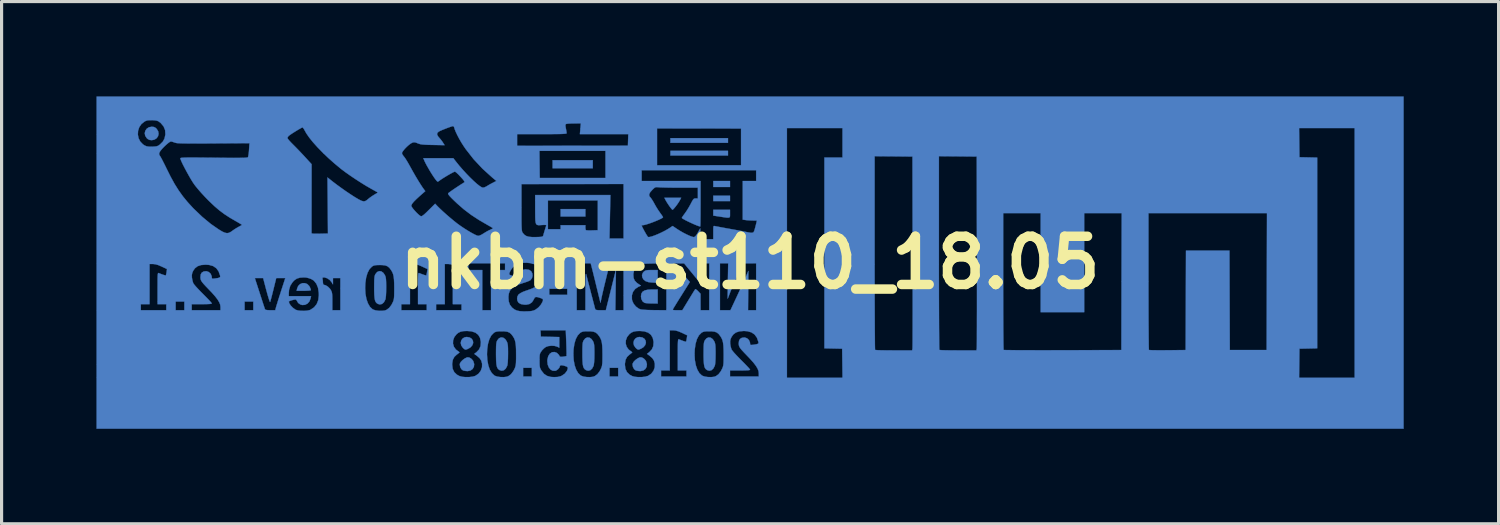
<source format=kicad_pcb>
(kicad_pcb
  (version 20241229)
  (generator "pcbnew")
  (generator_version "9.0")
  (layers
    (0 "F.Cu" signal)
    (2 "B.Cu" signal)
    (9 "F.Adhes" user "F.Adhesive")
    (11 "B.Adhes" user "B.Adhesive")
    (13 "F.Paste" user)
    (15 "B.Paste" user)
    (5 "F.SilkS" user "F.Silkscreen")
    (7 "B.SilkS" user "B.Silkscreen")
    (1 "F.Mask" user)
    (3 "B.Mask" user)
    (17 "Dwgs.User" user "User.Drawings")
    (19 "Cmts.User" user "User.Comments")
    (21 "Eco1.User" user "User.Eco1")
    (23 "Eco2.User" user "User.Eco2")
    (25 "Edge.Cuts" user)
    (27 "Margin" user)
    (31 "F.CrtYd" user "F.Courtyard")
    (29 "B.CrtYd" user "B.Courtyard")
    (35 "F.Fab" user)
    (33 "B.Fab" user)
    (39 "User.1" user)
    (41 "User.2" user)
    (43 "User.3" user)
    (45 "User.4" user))
  (footprint "nkbm-st110_18.05"
    (layer "F.Cu")
    (at 20.664 5.254)
    (property "Reference" "nkbm-st110_18.05" (at 0 0 0) (layer "F.SilkS") (effects (font (size 1.524 1.524) (thickness 0.3))))
    (attr through_hole)
    (fp_poly (pts (xy -5.207 -1.46) (xy -5.99 -1.46) (xy -5.99 -1.693) (xy -5.207 -1.693) (xy -5.207 -1.46)) (stroke (width 0.01) (type solid)) (fill yes) (layer "B.Cu"))
    (fp_poly (pts (xy -4.974 -2.985) (xy -6.244 -2.985) (xy -6.244 -3.239) (xy -4.974 -3.239) (xy -4.974 -2.985)) (stroke (width 0.01) (type solid)) (fill yes) (layer "B.Cu"))
    (fp_poly (pts (xy -0.699 -3.789) (xy -2.519 -3.789) (xy -2.519 -3.937) (xy -0.699 -3.937) (xy -0.699 -3.789)) (stroke (width 0.01) (type solid)) (fill yes) (layer "B.Cu"))
    (fp_poly (pts (xy -0.699 -3.387) (xy -2.519 -3.387) (xy -2.519 -3.535) (xy -0.699 -3.535) (xy -0.699 -3.387)) (stroke (width 0.01) (type solid)) (fill yes) (layer "B.Cu"))
    (fp_poly (pts (xy -0.635 -2.392) (xy -1.164 -2.392) (xy -1.164 -2.582) (xy -0.635 -2.582) (xy -0.635 -2.392)) (stroke (width 0.01) (type solid)) (fill yes) (layer "B.Cu"))
    (fp_poly (pts (xy -0.635 -1.947) (xy -1.164 -1.947) (xy -1.164 -2.117) (xy -0.635 -2.117) (xy -0.635 -1.947)) (stroke (width 0.01) (type solid)) (fill yes) (layer "B.Cu"))
    (fp_poly (pts (xy -0.635 -1.545) (xy -0.635 -1.492) (xy -0.638 -1.455) (xy -0.652 -1.432) (xy -0.681 -1.422) (xy -0.733 -1.423) (xy -0.812 -1.434) (xy -0.927 -1.451) (xy -0.958 -1.456) (xy -1.164 -1.488) (xy -1.164 -1.672) (xy -0.635 -1.672) (xy -0.635 -1.545)) (stroke (width 0.01) (type solid)) (fill yes) (layer "B.Cu"))
    (fp_poly (pts (xy -14.001 0.675) (xy -13.939 0.736) (xy -13.921 0.768) (xy -13.898 0.822) (xy -13.886 0.861) (xy -13.885 0.866) (xy -13.906 0.878) (xy -13.969 0.885) (xy -14.073 0.889) (xy -14.11 0.889) (xy -14.335 0.889) (xy -14.322 0.821) (xy -14.287 0.737) (xy -14.228 0.679) (xy -14.155 0.648) (xy -14.076 0.647) (xy -14.001 0.675)) (stroke (width 0.01) (type solid)) (fill yes) (layer "B.Cu"))
    (fp_poly (pts (xy -2.921 1.291) (xy -3.106 1.29) (xy -3.196 1.287) (xy -3.274 1.281) (xy -3.327 1.273) (xy -3.337 1.27) (xy -3.4 1.223) (xy -3.439 1.146) (xy -3.45 1.064) (xy -3.438 0.981) (xy -3.4 0.919) (xy -3.332 0.878) (xy -3.23 0.854) (xy -3.093 0.847) (xy -3.089 0.847) (xy -2.921 0.847) (xy -2.921 1.291)) (stroke (width 0.01) (type solid)) (fill yes) (layer "B.Cu"))
    (fp_poly (pts (xy -2.221 -1.972) (xy -2.254 -1.916) (xy -2.299 -1.849) (xy -2.348 -1.783) (xy -2.396 -1.725) (xy -2.433 -1.685) (xy -2.453 -1.672) (xy -2.473 -1.688) (xy -2.509 -1.731) (xy -2.553 -1.79) (xy -2.555 -1.794) (xy -2.605 -1.867) (xy -2.649 -1.938) (xy -2.675 -1.984) (xy -2.71 -2.053) (xy -2.179 -2.053) (xy -2.221 -1.972)) (stroke (width 0.01) (type solid)) (fill yes) (layer "B.Cu"))
    (fp_poly (pts (xy -8.865 2.365) (xy -8.8 2.407) (xy -8.763 2.467) (xy -8.755 2.537) (xy -8.779 2.608) (xy -8.835 2.674) (xy -8.89 2.709) (xy -8.955 2.74) (xy -8.999 2.748) (xy -9.037 2.731) (xy -9.082 2.69) (xy -9.132 2.616) (xy -9.148 2.537) (xy -9.133 2.461) (xy -9.089 2.399) (xy -9.022 2.359) (xy -8.957 2.349) (xy -8.865 2.365)) (stroke (width 0.01) (type solid)) (fill yes) (layer "B.Cu"))
    (fp_poly (pts (xy -3.404 2.365) (xy -3.339 2.407) (xy -3.302 2.467) (xy -3.294 2.537) (xy -3.318 2.608) (xy -3.374 2.674) (xy -3.429 2.709) (xy -3.494 2.74) (xy -3.538 2.748) (xy -3.576 2.731) (xy -3.621 2.69) (xy -3.671 2.616) (xy -3.687 2.537) (xy -3.672 2.461) (xy -3.628 2.399) (xy -3.561 2.359) (xy -3.496 2.349) (xy -3.404 2.365)) (stroke (width 0.01) (type solid)) (fill yes) (layer "B.Cu"))
    (fp_poly (pts (xy -2.921 0.635) (xy -3.022 0.632) (xy -3.107 0.627) (xy -3.194 0.618) (xy -3.213 0.615) (xy -3.303 0.585) (xy -3.369 0.533) (xy -3.408 0.466) (xy -3.417 0.393) (xy -3.392 0.323) (xy -3.356 0.281) (xy -3.323 0.257) (xy -3.286 0.243) (xy -3.233 0.236) (xy -3.153 0.233) (xy -3.11 0.233) (xy -2.921 0.233) (xy -2.921 0.635)) (stroke (width 0.01) (type solid)) (fill yes) (layer "B.Cu"))
    (fp_poly (pts (xy -18.848 -4.29) (xy -18.797 -4.264) (xy -18.763 -4.232) (xy -18.714 -4.155) (xy -18.7 -4.073) (xy -18.719 -3.995) (xy -18.767 -3.93) (xy -18.84 -3.886) (xy -18.918 -3.873) (xy -18.989 -3.881) (xy -19.043 -3.909) (xy -19.073 -3.935) (xy -19.123 -4.011) (xy -19.138 -4.092) (xy -19.12 -4.17) (xy -19.074 -4.236) (xy -19.004 -4.281) (xy -18.918 -4.297) (xy -18.848 -4.29)) (stroke (width 0.01) (type solid)) (fill yes) (layer "B.Cu"))
    (fp_poly (pts (xy -8.882 2.997) (xy -8.819 3.033) (xy -8.765 3.091) (xy -8.751 3.114) (xy -8.723 3.206) (xy -8.732 3.291) (xy -8.772 3.361) (xy -8.84 3.41) (xy -8.931 3.428) (xy -8.936 3.428) (xy -9.005 3.422) (xy -9.063 3.411) (xy -9.074 3.408) (xy -9.127 3.366) (xy -9.164 3.3) (xy -9.178 3.226) (xy -9.175 3.193) (xy -9.147 3.14) (xy -9.093 3.083) (xy -9.024 3.031) (xy -8.955 2.997) (xy -8.941 2.993) (xy -8.882 2.997)) (stroke (width 0.01) (type solid)) (fill yes) (layer "B.Cu"))
    (fp_poly (pts (xy -3.421 2.997) (xy -3.358 3.033) (xy -3.304 3.091) (xy -3.29 3.114) (xy -3.262 3.206) (xy -3.271 3.291) (xy -3.311 3.361) (xy -3.379 3.41) (xy -3.47 3.428) (xy -3.475 3.428) (xy -3.544 3.422) (xy -3.602 3.411) (xy -3.613 3.408) (xy -3.666 3.366) (xy -3.703 3.3) (xy -3.717 3.226) (xy -3.714 3.193) (xy -3.686 3.14) (xy -3.632 3.083) (xy -3.563 3.031) (xy -3.494 2.997) (xy -3.48 2.993) (xy -3.421 2.997)) (stroke (width 0.01) (type solid)) (fill yes) (layer "B.Cu"))
    (fp_poly (pts (xy -11.66 0.275) (xy -11.596 0.32) (xy -11.547 0.392) (xy -11.53 0.431) (xy -11.518 0.476) (xy -11.511 0.535) (xy -11.507 0.615) (xy -11.505 0.726) (xy -11.505 0.783) (xy -11.507 0.93) (xy -11.513 1.049) (xy -11.523 1.133) (xy -11.532 1.167) (xy -11.577 1.253) (xy -11.636 1.305) (xy -11.706 1.321) (xy -11.771 1.302) (xy -11.81 1.275) (xy -11.839 1.238) (xy -11.86 1.184) (xy -11.873 1.11) (xy -11.881 1.007) (xy -11.885 0.871) (xy -11.885 0.783) (xy -11.884 0.648) (xy -11.882 0.549) (xy -11.877 0.477) (xy -11.87 0.426) (xy -11.858 0.388) (xy -11.847 0.364) (xy -11.792 0.297) (xy -11.727 0.267) (xy -11.66 0.275)) (stroke (width 0.01) (type solid)) (fill yes) (layer "B.Cu"))
    (fp_poly (pts (xy -7.807 2.371) (xy -7.743 2.416) (xy -7.695 2.487) (xy -7.678 2.527) (xy -7.666 2.572) (xy -7.658 2.63) (xy -7.654 2.711) (xy -7.653 2.821) (xy -7.653 2.879) (xy -7.655 3.026) (xy -7.661 3.144) (xy -7.671 3.229) (xy -7.679 3.262) (xy -7.724 3.348) (xy -7.784 3.401) (xy -7.853 3.416) (xy -7.919 3.397) (xy -7.957 3.37) (xy -7.987 3.333) (xy -8.007 3.28) (xy -8.021 3.205) (xy -8.029 3.103) (xy -8.032 2.967) (xy -8.033 2.879) (xy -8.032 2.744) (xy -8.03 2.644) (xy -8.025 2.572) (xy -8.017 2.521) (xy -8.006 2.483) (xy -7.995 2.46) (xy -7.94 2.392) (xy -7.875 2.363) (xy -7.807 2.371)) (stroke (width 0.01) (type solid)) (fill yes) (layer "B.Cu"))
    (fp_poly (pts (xy -5.077 2.371) (xy -5.013 2.416) (xy -4.964 2.487) (xy -4.947 2.527) (xy -4.935 2.572) (xy -4.928 2.63) (xy -4.924 2.711) (xy -4.922 2.821) (xy -4.922 2.879) (xy -4.924 3.026) (xy -4.931 3.144) (xy -4.941 3.229) (xy -4.949 3.262) (xy -4.994 3.348) (xy -5.054 3.401) (xy -5.123 3.416) (xy -5.188 3.397) (xy -5.227 3.37) (xy -5.256 3.333) (xy -5.277 3.28) (xy -5.291 3.205) (xy -5.298 3.103) (xy -5.302 2.967) (xy -5.302 2.879) (xy -5.302 2.744) (xy -5.299 2.644) (xy -5.295 2.572) (xy -5.287 2.521) (xy -5.275 2.483) (xy -5.264 2.46) (xy -5.209 2.392) (xy -5.145 2.363) (xy -5.077 2.371)) (stroke (width 0.01) (type solid)) (fill yes) (layer "B.Cu"))
    (fp_poly (pts (xy -1.246 2.371) (xy -1.182 2.416) (xy -1.133 2.487) (xy -1.116 2.527) (xy -1.104 2.572) (xy -1.097 2.63) (xy -1.093 2.711) (xy -1.091 2.821) (xy -1.091 2.879) (xy -1.093 3.026) (xy -1.099 3.144) (xy -1.109 3.229) (xy -1.118 3.262) (xy -1.163 3.348) (xy -1.222 3.401) (xy -1.292 3.416) (xy -1.357 3.397) (xy -1.396 3.37) (xy -1.425 3.333) (xy -1.446 3.28) (xy -1.459 3.205) (xy -1.467 3.103) (xy -1.471 2.967) (xy -1.471 2.879) (xy -1.47 2.744) (xy -1.468 2.644) (xy -1.463 2.572) (xy -1.456 2.521) (xy -1.444 2.483) (xy -1.433 2.46) (xy -1.378 2.392) (xy -1.313 2.363) (xy -1.246 2.371)) (stroke (width 0.01) (type solid)) (fill yes) (layer "B.Cu"))
    (fp_poly (pts (xy 20.659 5.249) (xy -20.659 5.249) (xy -20.659 3.228) (xy -9.419 3.228) (xy -9.403 3.357) (xy -9.353 3.461) (xy -9.268 3.542) (xy -9.186 3.586) (xy -9.104 3.608) (xy -8.998 3.618) (xy -8.883 3.617) (xy -8.775 3.604) (xy -8.691 3.581) (xy -8.687 3.579) (xy -8.587 3.512) (xy -8.515 3.418) (xy -8.475 3.306) (xy -8.473 3.193) (xy -8.499 3.098) (xy -8.552 3.018) (xy -8.637 2.944) (xy -8.698 2.9) (xy -8.318 2.9) (xy -8.307 3.081) (xy -8.277 3.244) (xy -8.23 3.382) (xy -8.166 3.49) (xy -8.089 3.564) (xy -8.069 3.576) (xy -7.993 3.602) (xy -7.896 3.616) (xy -7.793 3.619) (xy -7.701 3.608) (xy -7.645 3.59) (xy -7.559 3.527) (xy -7.487 3.432) (xy -7.446 3.355) (xy -7.433 3.323) (xy -7.176 3.323) (xy -7.176 3.598) (xy -6.9 3.598) (xy -6.9 3.323) (xy -7.176 3.323) (xy -7.433 3.323) (xy -7.428 3.311) (xy -7.415 3.268) (xy -7.406 3.217) (xy -7.401 3.151) (xy -7.4 3.099) (xy -6.657 3.099) (xy -6.656 3.199) (xy -6.652 3.269) (xy -6.643 3.32) (xy -6.625 3.363) (xy -6.598 3.412) (xy -6.593 3.418) (xy -6.516 3.515) (xy -6.421 3.579) (xy -6.303 3.612) (xy -6.195 3.619) (xy -6.081 3.613) (xy -5.992 3.591) (xy -5.955 3.575) (xy -5.855 3.507) (xy -5.788 3.417) (xy -5.767 3.359) (xy -5.763 3.317) (xy -5.786 3.292) (xy -5.813 3.279) (xy -5.898 3.252) (xy -5.963 3.242) (xy -6.003 3.249) (xy -6.011 3.265) (xy -6.029 3.316) (xy -6.072 3.368) (xy -6.128 3.407) (xy -6.158 3.418) (xy -6.239 3.417) (xy -6.309 3.38) (xy -6.364 3.312) (xy -6.399 3.221) (xy -6.411 3.111) (xy -6.409 3.068) (xy -6.383 2.959) (xy -6.333 2.879) (xy -6.261 2.831) (xy -6.258 2.83) (xy -6.18 2.825) (xy -6.106 2.854) (xy -6.048 2.912) (xy -6.041 2.925) (xy -6.019 2.962) (xy -5.993 2.978) (xy -5.948 2.977) (xy -5.91 2.972) (xy -5.85 2.963) (xy -5.811 2.954) (xy -5.803 2.952) (xy -5.802 2.93) (xy -5.802 2.9) (xy -5.587 2.9) (xy -5.577 3.081) (xy -5.547 3.244) (xy -5.499 3.382) (xy -5.436 3.49) (xy -5.359 3.564) (xy -5.338 3.576) (xy -5.263 3.602) (xy -5.165 3.616) (xy -5.062 3.619) (xy -4.971 3.608) (xy -4.915 3.59) (xy -4.829 3.527) (xy -4.756 3.432) (xy -4.716 3.355) (xy -4.703 3.323) (xy -4.445 3.323) (xy -4.445 3.598) (xy -4.17 3.598) (xy -4.17 3.323) (xy -4.445 3.323) (xy -4.703 3.323) (xy -4.697 3.311) (xy -4.684 3.268) (xy -4.677 3.228) (xy -3.958 3.228) (xy -3.942 3.357) (xy -3.892 3.461) (xy -3.807 3.542) (xy -3.725 3.586) (xy -3.643 3.608) (xy -3.537 3.618) (xy -3.422 3.617) (xy -3.314 3.604) (xy -3.23 3.581) (xy -3.226 3.579) (xy -3.126 3.512) (xy -3.054 3.418) (xy -3.05 3.408) (xy -2.815 3.408) (xy -2.815 3.598) (xy -2.011 3.598) (xy -2.011 3.408) (xy -2.286 3.408) (xy -2.286 2.908) (xy -2.286 2.9) (xy -1.756 2.9) (xy -1.746 3.081) (xy -1.716 3.244) (xy -1.668 3.382) (xy -1.605 3.49) (xy -1.527 3.564) (xy -1.507 3.576) (xy -1.431 3.602) (xy -1.334 3.616) (xy -1.231 3.619) (xy -1.139 3.608) (xy -1.084 3.59) (xy -0.998 3.527) (xy -0.925 3.432) (xy -0.913 3.408) (xy -0.635 3.408) (xy -0.635 3.598) (xy 0.275 3.598) (xy 0.275 3.496) (xy 0.266 3.426) (xy 0.237 3.35) (xy 0.185 3.263) (xy 0.108 3.162) (xy 0.002 3.043) (xy -0.094 2.942) (xy -0.19 2.842) (xy -0.26 2.766) (xy -0.308 2.708) (xy -0.338 2.661) (xy -0.353 2.619) (xy -0.359 2.577) (xy -0.36 2.555) (xy -0.35 2.468) (xy -0.318 2.411) (xy -0.258 2.375) (xy -0.254 2.374) (xy -0.171 2.365) (xy -0.096 2.391) (xy -0.037 2.446) (xy -0.004 2.523) (xy 0 2.563) (xy 0.003 2.59) (xy 0.02 2.601) (xy 0.062 2.6) (xy 0.106 2.595) (xy 0.191 2.582) (xy 0.24 2.568) (xy 0.263 2.549) (xy 0.265 2.52) (xy 0.261 2.501) (xy 0.214 2.369) (xy 0.141 2.27) (xy 0.042 2.203) (xy -0.086 2.167) (xy -0.197 2.159) (xy -0.338 2.171) (xy -0.449 2.208) (xy -0.533 2.272) (xy -0.588 2.351) (xy -0.619 2.42) (xy -0.631 2.486) (xy -0.629 2.563) (xy -0.616 2.644) (xy -0.595 2.72) (xy -0.582 2.752) (xy -0.555 2.789) (xy -0.504 2.85) (xy -0.433 2.927) (xy -0.349 3.014) (xy -0.273 3.091) (xy -0.186 3.178) (xy -0.11 3.257) (xy -0.05 3.32) (xy -0.012 3.365) (xy 0 3.384) (xy -0.017 3.394) (xy -0.068 3.402) (xy -0.156 3.406) (xy -0.284 3.408) (xy -0.318 3.408) (xy -0.635 3.408) (xy -0.913 3.408) (xy -0.885 3.355) (xy -0.866 3.311) (xy -0.853 3.268) (xy -0.844 3.217) (xy -0.839 3.151) (xy -0.837 3.06) (xy -0.836 2.936) (xy -0.836 2.91) (xy -0.838 2.752) (xy -0.844 2.628) (xy -0.855 2.532) (xy -0.873 2.455) (xy -0.9 2.39) (xy -0.935 2.33) (xy -0.937 2.328) (xy -0.992 2.256) (xy -1.05 2.209) (xy -1.12 2.182) (xy -1.213 2.171) (xy -1.287 2.17) (xy -1.382 2.171) (xy -1.446 2.177) (xy -1.492 2.191) (xy -1.532 2.213) (xy -1.54 2.219) (xy -1.619 2.3) (xy -1.681 2.417) (xy -1.725 2.567) (xy -1.75 2.745) (xy -1.756 2.9) (xy -2.286 2.9) (xy -2.286 2.75) (xy -2.285 2.63) (xy -2.283 2.542) (xy -2.28 2.482) (xy -2.275 2.445) (xy -2.269 2.427) (xy -2.259 2.422) (xy -2.249 2.424) (xy -2.164 2.458) (xy -2.092 2.484) (xy -2.043 2.497) (xy -2.025 2.497) (xy -2.016 2.472) (xy -2.006 2.42) (xy -2.001 2.392) (xy -1.988 2.297) (xy -2.157 2.217) (xy -2.265 2.171) (xy -2.35 2.146) (xy -2.428 2.138) (xy -2.433 2.138) (xy -2.54 2.138) (xy -2.54 3.408) (xy -2.815 3.408) (xy -3.05 3.408) (xy -3.014 3.306) (xy -3.012 3.193) (xy -3.038 3.098) (xy -3.091 3.018) (xy -3.176 2.944) (xy -3.259 2.883) (xy -3.188 2.829) (xy -3.107 2.744) (xy -3.061 2.639) (xy -3.051 2.511) (xy -3.052 2.499) (xy -3.078 2.375) (xy -3.136 2.279) (xy -3.225 2.211) (xy -3.347 2.171) (xy -3.487 2.159) (xy -3.604 2.164) (xy -3.692 2.182) (xy -3.763 2.217) (xy -3.818 2.261) (xy -3.89 2.352) (xy -3.928 2.455) (xy -3.932 2.56) (xy -3.903 2.659) (xy -3.842 2.744) (xy -3.796 2.78) (xy -3.752 2.811) (xy -3.728 2.833) (xy -3.726 2.836) (xy -3.743 2.853) (xy -3.783 2.885) (xy -3.812 2.906) (xy -3.89 2.979) (xy -3.938 3.071) (xy -3.957 3.189) (xy -3.958 3.228) (xy -4.677 3.228) (xy -4.676 3.217) (xy -4.67 3.151) (xy -4.668 3.06) (xy -4.667 2.936) (xy -4.667 2.91) (xy -4.669 2.752) (xy -4.675 2.628) (xy -4.686 2.532) (xy -4.704 2.455) (xy -4.731 2.39) (xy -4.766 2.33) (xy -4.768 2.328) (xy -4.824 2.256) (xy -4.881 2.209) (xy -4.951 2.182) (xy -5.044 2.171) (xy -5.119 2.17) (xy -5.213 2.171) (xy -5.277 2.177) (xy -5.323 2.191) (xy -5.363 2.213) (xy -5.372 2.219) (xy -5.45 2.3) (xy -5.512 2.417) (xy -5.556 2.567) (xy -5.582 2.745) (xy -5.587 2.9) (xy -5.802 2.9) (xy -5.802 2.872) (xy -5.804 2.785) (xy -5.807 2.676) (xy -5.811 2.551) (xy -5.811 2.542) (xy -5.827 2.138) (xy -6.627 2.138) (xy -6.621 2.238) (xy -6.615 2.339) (xy -6.324 2.345) (xy -6.032 2.351) (xy -6.032 2.689) (xy -6.095 2.657) (xy -6.177 2.632) (xy -6.278 2.626) (xy -6.379 2.637) (xy -6.456 2.664) (xy -6.513 2.706) (xy -6.572 2.765) (xy -6.593 2.793) (xy -6.622 2.836) (xy -6.641 2.874) (xy -6.651 2.919) (xy -6.656 2.982) (xy -6.657 3.073) (xy -6.657 3.099) (xy -7.4 3.099) (xy -7.398 3.06) (xy -7.398 2.936) (xy -7.398 2.91) (xy -7.399 2.752) (xy -7.405 2.628) (xy -7.417 2.532) (xy -7.435 2.455) (xy -7.461 2.39) (xy -7.497 2.33) (xy -7.498 2.328) (xy -7.554 2.256) (xy -7.611 2.209) (xy -7.681 2.182) (xy -7.775 2.171) (xy -7.849 2.17) (xy -7.943 2.171) (xy -8.007 2.177) (xy -8.054 2.191) (xy -8.094 2.213) (xy -8.102 2.219) (xy -8.181 2.3) (xy -8.243 2.417) (xy -8.287 2.567) (xy -8.312 2.745) (xy -8.318 2.9) (xy -8.698 2.9) (xy -8.72 2.883) (xy -8.649 2.829) (xy -8.568 2.744) (xy -8.522 2.639) (xy -8.512 2.511) (xy -8.513 2.499) (xy -8.539 2.375) (xy -8.597 2.279) (xy -8.686 2.211) (xy -8.808 2.171) (xy -8.948 2.159) (xy -9.065 2.164) (xy -9.153 2.182) (xy -9.224 2.217) (xy -9.279 2.261) (xy -9.351 2.352) (xy -9.389 2.455) (xy -9.393 2.56) (xy -9.364 2.659) (xy -9.303 2.744) (xy -9.257 2.78) (xy -9.213 2.811) (xy -9.189 2.833) (xy -9.187 2.836) (xy -9.204 2.853) (xy -9.244 2.885) (xy -9.273 2.906) (xy -9.351 2.979) (xy -9.399 3.071) (xy -9.418 3.189) (xy -9.419 3.228) (xy -20.659 3.228) (xy -20.659 1.312) (xy -19.262 1.312) (xy -19.262 1.503) (xy -18.457 1.503) (xy -18.457 1.312) (xy -18.733 1.312) (xy -18.733 1.228) (xy -18.161 1.228) (xy -18.161 1.503) (xy -17.886 1.503) (xy -17.886 1.312) (xy -17.653 1.312) (xy -17.653 1.503) (xy -16.743 1.503) (xy -16.743 1.401) (xy -16.752 1.33) (xy -16.781 1.254) (xy -16.797 1.228) (xy -15.981 1.228) (xy -15.981 1.503) (xy -15.706 1.503) (xy -15.706 1.228) (xy -15.981 1.228) (xy -16.797 1.228) (xy -16.833 1.168) (xy -16.91 1.067) (xy -17.016 0.947) (xy -17.112 0.847) (xy -17.208 0.747) (xy -17.278 0.671) (xy -17.326 0.612) (xy -17.356 0.565) (xy -17.371 0.524) (xy -17.377 0.482) (xy -17.378 0.46) (xy -17.368 0.372) (xy -17.336 0.315) (xy -17.276 0.28) (xy -17.272 0.278) (xy -17.189 0.269) (xy -17.114 0.296) (xy -17.055 0.35) (xy -17.022 0.427) (xy -17.018 0.467) (xy -17.015 0.494) (xy -16.998 0.506) (xy -16.956 0.505) (xy -16.912 0.499) (xy -16.829 0.487) (xy -15.658 0.487) (xy -15.502 0.968) (xy -15.458 1.104) (xy -15.418 1.228) (xy -15.384 1.333) (xy -15.357 1.413) (xy -15.341 1.463) (xy -15.336 1.476) (xy -15.311 1.492) (xy -15.249 1.501) (xy -15.169 1.503) (xy -15.012 1.503) (xy -14.989 1.413) (xy -14.975 1.365) (xy -14.95 1.285) (xy -14.918 1.18) (xy -14.879 1.059) (xy -14.847 0.96) (xy -14.584 0.96) (xy -14.584 1.058) (xy -13.88 1.058) (xy -13.894 1.127) (xy -13.93 1.222) (xy -13.991 1.292) (xy -14.071 1.333) (xy -14.16 1.339) (xy -14.216 1.323) (xy -14.286 1.275) (xy -14.315 1.228) (xy -14.34 1.184) (xy -14.366 1.164) (xy -14.367 1.164) (xy -14.416 1.17) (xy -14.476 1.184) (xy -14.533 1.202) (xy -14.573 1.221) (xy -14.584 1.231) (xy -14.567 1.29) (xy -14.521 1.358) (xy -14.456 1.425) (xy -14.38 1.48) (xy -14.362 1.491) (xy -14.294 1.511) (xy -14.201 1.522) (xy -14.098 1.524) (xy -13.999 1.516) (xy -13.92 1.498) (xy -13.9 1.49) (xy -13.784 1.412) (xy -13.702 1.31) (xy -13.652 1.183) (xy -13.634 1.03) (xy -13.636 0.955) (xy -13.66 0.794) (xy -13.713 0.665) (xy -13.793 0.567) (xy -13.9 0.502) (xy -13.947 0.491) (xy -13.522 0.491) (xy -13.518 0.513) (xy -13.508 0.57) (xy -13.505 0.63) (xy -13.498 0.677) (xy -13.483 0.698) (xy -13.481 0.699) (xy -13.418 0.715) (xy -13.348 0.759) (xy -13.286 0.82) (xy -13.26 0.857) (xy -13.239 0.896) (xy -13.224 0.935) (xy -13.215 0.982) (xy -13.21 1.046) (xy -13.208 1.137) (xy -13.208 1.224) (xy -13.208 1.503) (xy -12.954 1.503) (xy -12.954 0.804) (xy -12.17 0.804) (xy -12.16 0.986) (xy -12.13 1.148) (xy -12.082 1.286) (xy -12.019 1.395) (xy -11.941 1.469) (xy -11.921 1.481) (xy -11.845 1.507) (xy -11.748 1.521) (xy -11.645 1.523) (xy -11.553 1.513) (xy -11.498 1.494) (xy -11.412 1.431) (xy -11.339 1.337) (xy -11.327 1.312) (xy -11.028 1.312) (xy -11.028 1.503) (xy -10.223 1.503) (xy -10.223 1.312) (xy -9.927 1.312) (xy -9.927 1.503) (xy -9.123 1.503) (xy -9.123 1.312) (xy -9.398 1.312) (xy -9.398 0.813) (xy -9.398 0.655) (xy -9.397 0.534) (xy -9.395 0.446) (xy -9.392 0.387) (xy -9.387 0.35) (xy -9.381 0.331) (xy -9.371 0.326) (xy -9.361 0.329) (xy -9.276 0.363) (xy -9.204 0.388) (xy -9.155 0.402) (xy -9.137 0.402) (xy -9.128 0.376) (xy -9.118 0.324) (xy -9.113 0.296) (xy -9.1 0.201) (xy -9.269 0.122) (xy -9.377 0.076) (xy -9.462 0.051) (xy -9.54 0.042) (xy -9.545 0.042) (xy -9.652 0.042) (xy -9.652 1.312) (xy -9.927 1.312) (xy -10.223 1.312) (xy -10.499 1.312) (xy -10.499 0.813) (xy -10.498 0.655) (xy -10.498 0.534) (xy -10.496 0.446) (xy -10.493 0.387) (xy -10.488 0.35) (xy -10.481 0.331) (xy -10.472 0.326) (xy -10.462 0.329) (xy -10.377 0.363) (xy -10.305 0.388) (xy -10.255 0.402) (xy -10.237 0.402) (xy -10.229 0.376) (xy -10.218 0.324) (xy -10.214 0.296) (xy -10.201 0.201) (xy -10.37 0.122) (xy -10.477 0.076) (xy -10.563 0.051) (xy -10.64 0.042) (xy -10.646 0.042) (xy -10.753 0.042) (xy -10.753 1.312) (xy -11.028 1.312) (xy -11.327 1.312) (xy -11.299 1.259) (xy -11.28 1.216) (xy -11.267 1.173) (xy -11.258 1.122) (xy -11.253 1.055) (xy -11.251 0.964) (xy -11.25 0.841) (xy -11.25 0.815) (xy -11.252 0.657) (xy -11.258 0.533) (xy -11.269 0.436) (xy -11.287 0.36) (xy -11.314 0.295) (xy -11.349 0.235) (xy -11.351 0.233) (xy -11.406 0.16) (xy -11.464 0.114) (xy -11.534 0.087) (xy -11.627 0.076) (xy -11.701 0.074) (xy -11.796 0.076) (xy -11.86 0.082) (xy -11.906 0.095) (xy -11.946 0.118) (xy -11.954 0.124) (xy -12.033 0.205) (xy -12.095 0.322) (xy -12.139 0.471) (xy -12.164 0.65) (xy -12.17 0.804) (xy -12.954 0.804) (xy -12.954 0.487) (xy -13.187 0.487) (xy -13.187 0.688) (xy -13.229 0.619) (xy -13.291 0.547) (xy -13.37 0.493) (xy -13.452 0.467) (xy -13.47 0.466) (xy -13.512 0.47) (xy -13.522 0.491) (xy -13.947 0.491) (xy -14.034 0.47) (xy -14.107 0.466) (xy -14.231 0.474) (xy -14.326 0.502) (xy -14.406 0.555) (xy -14.46 0.611) (xy -14.537 0.728) (xy -14.576 0.859) (xy -14.584 0.96) (xy -14.847 0.96) (xy -14.837 0.927) (xy -14.83 0.905) (xy -14.694 0.487) (xy -14.981 0.487) (xy -15.071 0.852) (xy -15.101 0.972) (xy -15.128 1.078) (xy -15.151 1.163) (xy -15.167 1.221) (xy -15.175 1.243) (xy -15.184 1.232) (xy -15.202 1.185) (xy -15.226 1.109) (xy -15.256 1.009) (xy -15.288 0.891) (xy -15.292 0.878) (xy -15.395 0.487) (xy -15.658 0.487) (xy -16.829 0.487) (xy -16.827 0.487) (xy -16.778 0.473) (xy -16.755 0.454) (xy -16.753 0.425) (xy -16.757 0.405) (xy -16.804 0.273) (xy -16.877 0.174) (xy -16.976 0.107) (xy -17.104 0.071) (xy -17.215 0.064) (xy -17.356 0.075) (xy -17.467 0.112) (xy -17.551 0.177) (xy -17.606 0.255) (xy -17.637 0.325) (xy -17.649 0.39) (xy -17.647 0.468) (xy -17.634 0.549) (xy -17.613 0.625) (xy -17.6 0.656) (xy -17.573 0.694) (xy -17.522 0.754) (xy -17.451 0.831) (xy -17.367 0.919) (xy -17.291 0.995) (xy -17.204 1.083) (xy -17.128 1.161) (xy -17.068 1.225) (xy -17.03 1.269) (xy -17.018 1.288) (xy -17.035 1.299) (xy -17.086 1.306) (xy -17.174 1.31) (xy -17.302 1.312) (xy -17.335 1.312) (xy -17.653 1.312) (xy -17.886 1.312) (xy -17.886 1.228) (xy -18.161 1.228) (xy -18.733 1.228) (xy -18.733 0.813) (xy -18.732 0.655) (xy -18.732 0.534) (xy -18.73 0.446) (xy -18.727 0.387) (xy -18.722 0.35) (xy -18.715 0.331) (xy -18.706 0.326) (xy -18.695 0.329) (xy -18.611 0.363) (xy -18.539 0.388) (xy -18.489 0.402) (xy -18.471 0.402) (xy -18.463 0.376) (xy -18.452 0.324) (xy -18.448 0.296) (xy -18.435 0.201) (xy -18.604 0.122) (xy -18.711 0.076) (xy -18.797 0.051) (xy -18.874 0.042) (xy -18.88 0.042) (xy -18.986 0.042) (xy -18.986 1.312) (xy -19.262 1.312) (xy -20.659 1.312) (xy -20.659 0.021) (xy -8.911 0.021) (xy -8.911 0.233) (xy -8.467 0.233) (xy -8.467 1.503) (xy -8.191 1.503) (xy -8.191 1.1) (xy -7.641 1.1) (xy -7.63 1.228) (xy -7.594 1.33) (xy -7.53 1.415) (xy -7.519 1.425) (xy -7.451 1.479) (xy -7.374 1.514) (xy -7.279 1.534) (xy -7.157 1.541) (xy -7.08 1.54) (xy -6.977 1.536) (xy -6.905 1.528) (xy -6.85 1.515) (xy -6.801 1.494) (xy -6.771 1.477) (xy -6.686 1.411) (xy -6.612 1.325) (xy -6.561 1.234) (xy -6.55 1.2) (xy -6.547 1.168) (xy -6.562 1.146) (xy -6.605 1.125) (xy -6.638 1.114) (xy -6.718 1.089) (xy -6.771 1.084) (xy -6.804 1.1) (xy -6.83 1.141) (xy -6.84 1.164) (xy -6.896 1.252) (xy -6.975 1.307) (xy -7.08 1.329) (xy -7.138 1.328) (xy -7.246 1.309) (xy -7.318 1.268) (xy -7.357 1.203) (xy -7.366 1.138) (xy -7.357 1.071) (xy -7.325 1.015) (xy -7.267 0.967) (xy -7.177 0.921) (xy -7.051 0.875) (xy -7.036 0.871) (xy -6.914 0.826) (xy -6.35 0.826) (xy -6.35 1.016) (xy -5.779 1.016) (xy -5.779 0.826) (xy -6.35 0.826) (xy -6.914 0.826) (xy -6.882 0.814) (xy -6.767 0.753) (xy -6.685 0.684) (xy -6.633 0.601) (xy -6.606 0.5) (xy -6.6 0.408) (xy -6.602 0.325) (xy -6.614 0.267) (xy -6.64 0.215) (xy -6.66 0.185) (xy -6.734 0.103) (xy -6.825 0.047) (xy -6.918 0.021) (xy -5.482 0.021) (xy -5.482 1.503) (xy -5.207 1.503) (xy -5.205 0.894) (xy -5.204 0.713) (xy -5.202 0.571) (xy -5.199 0.467) (xy -5.196 0.398) (xy -5.192 0.363) (xy -5.186 0.358) (xy -5.182 0.37) (xy -5.168 0.425) (xy -5.146 0.509) (xy -5.119 0.616) (xy -5.087 0.738) (xy -5.053 0.87) (xy -5.019 1.003) (xy -4.985 1.131) (xy -4.955 1.248) (xy -4.929 1.346) (xy -4.91 1.42) (xy -4.899 1.461) (xy -4.898 1.466) (xy -4.885 1.485) (xy -4.857 1.496) (xy -4.804 1.502) (xy -4.724 1.503) (xy -4.561 1.503) (xy -4.401 0.863) (xy -4.241 0.222) (xy -4.251 0.863) (xy -4.26 1.503) (xy -4 1.503) (xy -4 1.031) (xy -3.737 1.031) (xy -3.736 1.156) (xy -3.725 1.208) (xy -3.681 1.301) (xy -3.609 1.388) (xy -3.521 1.453) (xy -3.469 1.475) (xy -3.425 1.483) (xy -3.346 1.49) (xy -3.243 1.496) (xy -3.123 1.499) (xy -3.022 1.501) (xy -2.646 1.503) (xy -2.646 1.483) (xy -2.443 1.483) (xy -2.436 1.495) (xy -2.405 1.501) (xy -2.343 1.503) (xy -2.299 1.503) (xy -2.142 1.503) (xy -1.946 1.18) (xy -1.882 1.075) (xy -1.825 0.982) (xy -1.779 0.907) (xy -1.747 0.858) (xy -1.735 0.839) (xy -1.713 0.843) (xy -1.674 0.872) (xy -1.643 0.903) (xy -1.567 0.984) (xy -1.567 1.244) (xy -1.566 1.503) (xy -1.291 1.503) (xy -1.291 0.021) (xy -0.953 0.021) (xy -0.953 1.503) (xy -0.621 1.503) (xy -0.391 1.011) (xy -0.326 0.869) (xy -0.263 0.733) (xy -0.207 0.609) (xy -0.16 0.505) (xy -0.126 0.427) (xy -0.111 0.392) (xy -0.084 0.326) (xy -0.064 0.279) (xy -0.056 0.261) (xy -0.055 0.28) (xy -0.055 0.337) (xy -0.056 0.425) (xy -0.056 0.541) (xy -0.057 0.677) (xy -0.059 0.831) (xy -0.059 0.88) (xy -0.065 1.503) (xy 0.191 1.503) (xy 0.191 0.021) (xy -0.016 0.022) (xy -0.222 0.022) (xy -0.4 0.408) (xy -0.46 0.54) (xy -0.518 0.671) (xy -0.57 0.792) (xy -0.613 0.893) (xy -0.64 0.963) (xy -0.669 1.04) (xy -0.692 1.101) (xy -0.706 1.134) (xy -0.708 1.138) (xy -0.709 1.119) (xy -0.709 1.064) (xy -0.709 0.977) (xy -0.707 0.864) (xy -0.706 0.73) (xy -0.703 0.583) (xy -0.693 0.021) (xy -0.953 0.021) (xy -1.291 0.021) (xy -1.565 0.021) (xy -1.571 0.333) (xy -1.577 0.645) (xy -1.831 0.334) (xy -2.085 0.024) (xy -2.253 0.022) (xy -2.42 0.021) (xy -2.378 0.069) (xy -2.35 0.101) (xy -2.3 0.158) (xy -2.234 0.234) (xy -2.158 0.321) (xy -2.121 0.364) (xy -1.905 0.611) (xy -2.159 1.016) (xy -2.234 1.135) (xy -2.302 1.244) (xy -2.359 1.337) (xy -2.403 1.409) (xy -2.43 1.453) (xy -2.435 1.462) (xy -2.443 1.483) (xy -2.646 1.483) (xy -2.646 0.019) (xy -3.043 0.025) (xy -3.188 0.028) (xy -3.298 0.032) (xy -3.378 0.037) (xy -3.437 0.045) (xy -3.481 0.056) (xy -3.516 0.07) (xy -3.519 0.071) (xy -3.608 0.137) (xy -3.665 0.231) (xy -3.69 0.352) (xy -3.691 0.382) (xy -3.683 0.485) (xy -3.649 0.566) (xy -3.583 0.636) (xy -3.528 0.675) (xy -3.45 0.727) (xy -3.531 0.762) (xy -3.631 0.829) (xy -3.701 0.92) (xy -3.737 1.031) (xy -4 1.031) (xy -4 0.021) (xy -4.437 0.021) (xy -4.547 0.471) (xy -4.582 0.616) (xy -4.617 0.759) (xy -4.648 0.891) (xy -4.674 1.002) (xy -4.692 1.083) (xy -4.694 1.094) (xy -4.731 1.268) (xy -4.864 0.723) (xy -4.9 0.573) (xy -4.935 0.433) (xy -4.965 0.309) (xy -4.991 0.207) (xy -5.009 0.135) (xy -5.018 0.1) (xy -5.04 0.021) (xy -5.482 0.021) (xy -6.918 0.021) (xy -6.94 0.015) (xy -7.057 0.003) (xy -7.197 0.004) (xy -7.307 0.023) (xy -7.398 0.062) (xy -7.463 0.11) (xy -7.517 0.167) (xy -7.564 0.234) (xy -7.599 0.299) (xy -7.614 0.352) (xy -7.613 0.37) (xy -7.588 0.389) (xy -7.536 0.41) (xy -7.472 0.43) (xy -7.411 0.442) (xy -7.382 0.445) (xy -7.357 0.426) (xy -7.331 0.382) (xy -7.327 0.371) (xy -7.276 0.286) (xy -7.2 0.232) (xy -7.106 0.21) (xy -7 0.224) (xy -6.975 0.233) (xy -6.918 0.275) (xy -6.885 0.339) (xy -6.877 0.415) (xy -6.896 0.489) (xy -6.942 0.55) (xy -6.947 0.554) (xy -6.99 0.577) (xy -7.06 0.605) (xy -7.142 0.633) (xy -7.154 0.636) (xy -7.318 0.691) (xy -7.443 0.749) (xy -7.535 0.814) (xy -7.595 0.89) (xy -7.629 0.981) (xy -7.641 1.09) (xy -7.641 1.1) (xy -8.191 1.1) (xy -8.191 0.233) (xy -7.747 0.233) (xy -7.747 0.021) (xy -8.911 0.021) (xy -20.659 0.021) (xy -20.659 -3.441) (xy -18.685 -3.441) (xy -18.675 -3.402) (xy -18.652 -3.367) (xy -18.629 -3.329) (xy -18.591 -3.259) (xy -18.544 -3.167) (xy -18.49 -3.06) (xy -18.45 -2.978) (xy -18.32 -2.717) (xy -18.194 -2.488) (xy -18.066 -2.284) (xy -17.932 -2.097) (xy -17.785 -1.917) (xy -17.619 -1.736) (xy -17.591 -1.707) (xy -17.319 -1.447) (xy -17.048 -1.223) (xy -16.798 -1.05) (xy -16.69 -0.985) (xy -16.606 -0.947) (xy -16.537 -0.933) (xy -16.476 -0.943) (xy -16.412 -0.976) (xy -16.369 -1.007) (xy -16.292 -1.061) (xy -16.206 -1.113) (xy -16.168 -1.134) (xy -16.111 -1.164) (xy -16.074 -1.187) (xy -16.066 -1.195) (xy -16.083 -1.208) (xy -16.129 -1.237) (xy -16.198 -1.278) (xy -16.261 -1.314) (xy -16.457 -1.428) (xy -16.626 -1.539) (xy -16.781 -1.655) (xy -16.933 -1.785) (xy -17.095 -1.939) (xy -17.135 -1.978) (xy -17.242 -2.089) (xy -17.35 -2.206) (xy -17.448 -2.318) (xy -17.53 -2.418) (xy -17.575 -2.477) (xy -17.625 -2.552) (xy -17.684 -2.648) (xy -17.747 -2.758) (xy -17.811 -2.873) (xy -17.872 -2.987) (xy -17.927 -3.093) (xy -17.971 -3.185) (xy -18.001 -3.255) (xy -18.013 -3.296) (xy -18.013 -3.299) (xy -18.009 -3.306) (xy -17.994 -3.311) (xy -17.966 -3.316) (xy -17.92 -3.319) (xy -17.854 -3.322) (xy -17.764 -3.323) (xy -17.647 -3.323) (xy -17.5 -3.323) (xy -17.318 -3.321) (xy -17.1 -3.319) (xy -16.956 -3.318) (xy -16.706 -3.315) (xy -16.496 -3.313) (xy -16.322 -3.312) (xy -16.182 -3.313) (xy -16.072 -3.314) (xy -15.99 -3.316) (xy -15.932 -3.32) (xy -15.896 -3.325) (xy -15.878 -3.33) (xy -15.876 -3.332) (xy -15.866 -3.363) (xy -15.855 -3.427) (xy -15.845 -3.511) (xy -15.841 -3.568) (xy -15.827 -3.778) (xy -16.969 -3.771) (xy -17.221 -3.769) (xy -17.435 -3.769) (xy -17.614 -3.768) (xy -17.76 -3.769) (xy -17.878 -3.77) (xy -17.972 -3.772) (xy -18.044 -3.775) (xy -18.099 -3.778) (xy -18.139 -3.783) (xy -18.168 -3.79) (xy -18.19 -3.797) (xy -18.191 -3.797) (xy -18.253 -3.819) (xy -18.305 -3.831) (xy -18.314 -3.831) (xy -18.349 -3.816) (xy -18.403 -3.777) (xy -18.468 -3.721) (xy -18.536 -3.656) (xy -18.598 -3.59) (xy -18.646 -3.53) (xy -18.67 -3.49) (xy -18.685 -3.441) (xy -20.659 -3.441) (xy -20.659 -4.05) (xy -19.356 -4.05) (xy -19.333 -3.934) (xy -19.279 -3.828) (xy -19.194 -3.74) (xy -19.139 -3.704) (xy -19.085 -3.681) (xy -19.024 -3.669) (xy -18.941 -3.666) (xy -18.898 -3.667) (xy -18.812 -3.672) (xy -18.753 -3.681) (xy -18.708 -3.7) (xy -18.662 -3.732) (xy -18.655 -3.738) (xy -18.565 -3.828) (xy -18.511 -3.928) (xy -18.509 -3.94) (xy -14.626 -3.94) (xy -14.612 -3.912) (xy -14.573 -3.864) (xy -14.515 -3.801) (xy -14.462 -3.747) (xy -14.385 -3.67) (xy -14.29 -3.573) (xy -14.19 -3.468) (xy -14.094 -3.366) (xy -14.08 -3.35) (xy -13.863 -3.113) (xy -13.864 -2.038) (xy -13.864 -1.828) (xy -13.865 -1.631) (xy -13.865 -1.45) (xy -13.865 -1.29) (xy -13.865 -1.155) (xy -13.865 -1.048) (xy -13.865 -0.975) (xy -13.865 -0.939) (xy -13.865 -0.936) (xy -13.855 -0.924) (xy -13.821 -0.917) (xy -13.758 -0.914) (xy -13.661 -0.914) (xy -13.605 -0.915) (xy -13.346 -0.921) (xy -13.353 -1.808) (xy -13.361 -2.694) (xy -13.184 -2.554) (xy -13.063 -2.462) (xy -12.925 -2.362) (xy -12.781 -2.26) (xy -12.638 -2.164) (xy -12.507 -2.079) (xy -12.398 -2.014) (xy -12.378 -2.002) (xy -12.289 -1.957) (xy -12.223 -1.938) (xy -12.169 -1.945) (xy -12.114 -1.978) (xy -12.076 -2.011) (xy -12.023 -2.054) (xy -11.95 -2.105) (xy -11.889 -2.144) (xy -11.766 -2.217) (xy -12.003 -2.35) (xy -12.149 -2.434) (xy -12.311 -2.535) (xy -12.48 -2.644) (xy -12.645 -2.755) (xy -12.795 -2.861) (xy -12.92 -2.955) (xy -12.943 -2.973) (xy -13.144 -3.14) (xy -13.336 -3.311) (xy -13.495 -3.464) (xy -11.007 -3.464) (xy -10.993 -3.422) (xy -10.958 -3.37) (xy -10.945 -3.356) (xy -10.912 -3.313) (xy -10.866 -3.242) (xy -10.812 -3.152) (xy -10.756 -3.052) (xy -10.748 -3.037) (xy -10.668 -2.893) (xy -10.584 -2.746) (xy -10.5 -2.605) (xy -10.422 -2.48) (xy -10.355 -2.378) (xy -10.322 -2.332) (xy -10.269 -2.261) (xy -10.433 -2.117) (xy -10.546 -2.014) (xy -10.627 -1.933) (xy -10.68 -1.87) (xy -10.706 -1.821) (xy -10.71 -1.796) (xy -10.696 -1.761) (xy -10.658 -1.708) (xy -10.604 -1.645) (xy -10.544 -1.58) (xy -10.484 -1.523) (xy -10.434 -1.483) (xy -10.409 -1.469) (xy -10.384 -1.47) (xy -10.351 -1.488) (xy -10.302 -1.526) (xy -10.234 -1.589) (xy -10.162 -1.66) (xy -9.957 -1.863) (xy -9.884 -1.786) (xy -9.808 -1.711) (xy -9.709 -1.618) (xy -9.595 -1.516) (xy -9.476 -1.414) (xy -9.363 -1.32) (xy -9.265 -1.242) (xy -9.256 -1.235) (xy -9.152 -1.16) (xy -9.04 -1.085) (xy -8.927 -1.014) (xy -8.82 -0.95) (xy -8.725 -0.899) (xy -8.65 -0.863) (xy -8.601 -0.847) (xy -8.596 -0.847) (xy -8.549 -0.858) (xy -8.484 -0.888) (xy -8.429 -0.922) (xy -8.35 -0.971) (xy -8.268 -1.016) (xy -8.222 -1.037) (xy -8.168 -1.063) (xy -8.134 -1.082) (xy -8.128 -1.087) (xy -8.145 -1.101) (xy -8.191 -1.13) (xy -8.258 -1.168) (xy -8.292 -1.187) (xy -8.571 -1.349) (xy -8.82 -1.512) (xy -9.047 -1.684) (xy -9.265 -1.874) (xy -9.35 -1.955) (xy -9.437 -2.04) (xy -9.496 -2.102) (xy -9.531 -2.145) (xy -9.546 -2.173) (xy -9.545 -2.192) (xy -9.542 -2.196) (xy -9.517 -2.217) (xy -9.464 -2.255) (xy -9.392 -2.306) (xy -9.308 -2.363) (xy -9.22 -2.421) (xy -9.137 -2.475) (xy -9.067 -2.519) (xy -9.047 -2.531) (xy -9.032 -2.544) (xy -9.031 -2.563) (xy -9.048 -2.593) (xy -9.087 -2.642) (xy -9.152 -2.714) (xy -9.154 -2.716) (xy -9.218 -2.784) (xy -9.275 -2.838) (xy -9.317 -2.871) (xy -9.334 -2.879) (xy -9.363 -2.868) (xy -9.42 -2.84) (xy -9.494 -2.799) (xy -9.577 -2.751) (xy -9.661 -2.7) (xy -9.737 -2.652) (xy -9.795 -2.613) (xy -9.823 -2.591) (xy -9.86 -2.567) (xy -9.878 -2.561) (xy -9.902 -2.579) (xy -9.942 -2.627) (xy -9.993 -2.698) (xy -10.052 -2.787) (xy -10.114 -2.886) (xy -10.174 -2.989) (xy -10.23 -3.088) (xy -10.276 -3.177) (xy -10.301 -3.232) (xy -10.33 -3.302) (xy -9.382 -3.302) (xy -9.304 -3.201) (xy -9.197 -3.068) (xy -9.082 -2.936) (xy -8.965 -2.808) (xy -8.85 -2.69) (xy -8.74 -2.584) (xy -8.641 -2.495) (xy -8.555 -2.427) (xy -8.488 -2.384) (xy -8.446 -2.371) (xy -8.392 -2.383) (xy -8.333 -2.412) (xy -8.329 -2.414) (xy -8.275 -2.448) (xy -8.212 -2.484) (xy -7.228 -2.484) (xy -7.228 -1.741) (xy -7.228 -1.544) (xy -7.228 -1.384) (xy -7.227 -1.258) (xy -7.225 -1.161) (xy -7.222 -1.089) (xy -7.218 -1.036) (xy -7.212 -0.999) (xy -7.205 -0.973) (xy -7.195 -0.954) (xy -7.185 -0.938) (xy -7.134 -0.881) (xy -7.073 -0.842) (xy -6.996 -0.819) (xy -6.892 -0.809) (xy -6.774 -0.809) (xy -6.675 -0.812) (xy -6.61 -0.816) (xy -6.572 -0.824) (xy -6.551 -0.836) (xy -6.541 -0.856) (xy -6.537 -0.868) (xy -6.518 -0.936) (xy -6.495 -1.014) (xy -6.481 -1.058) (xy -6.392 -1.058) (xy -5.99 -1.058) (xy -5.99 -1.185) (xy -5.207 -1.185) (xy -5.207 -1.115) (xy -5.203 -1.062) (xy -5.193 -1.03) (xy -5.192 -1.029) (xy -5.165 -1.023) (xy -5.107 -1.02) (xy -5.028 -1.02) (xy -4.996 -1.021) (xy -4.815 -1.027) (xy -4.815 -1.968) (xy -5.604 -1.968) (xy -6.392 -1.968) (xy -6.392 -1.058) (xy -6.481 -1.058) (xy -6.472 -1.089) (xy -6.453 -1.148) (xy -6.443 -1.177) (xy -6.452 -1.19) (xy -6.495 -1.194) (xy -6.576 -1.191) (xy -6.585 -1.19) (xy -6.65 -1.186) (xy -6.7 -1.186) (xy -6.737 -1.196) (xy -6.763 -1.221) (xy -6.779 -1.264) (xy -6.789 -1.332) (xy -6.793 -1.429) (xy -6.794 -1.559) (xy -6.795 -1.697) (xy -6.795 -2.138) (xy -4.417 -2.138) (xy -4.431 -1.45) (xy -4.446 -0.762) (xy -4 -0.762) (xy -4 -2.487) (xy -7.228 -2.484) (xy -8.212 -2.484) (xy -8.202 -2.489) (xy -8.143 -2.52) (xy -8.021 -2.583) (xy -8.154 -2.694) (xy -8.461 -2.972) (xy -8.742 -3.273) (xy -8.947 -3.535) (xy -6.66 -3.535) (xy -6.656 -3.106) (xy -6.654 -2.977) (xy -6.653 -2.863) (xy -6.652 -2.771) (xy -6.65 -2.707) (xy -6.649 -2.678) (xy -6.649 -2.677) (xy -6.628 -2.677) (xy -6.569 -2.677) (xy -6.475 -2.677) (xy -6.351 -2.677) (xy -6.202 -2.677) (xy -6.03 -2.677) (xy -5.84 -2.677) (xy -5.637 -2.677) (xy -4.572 -2.677) (xy -4.572 -2.921) (xy -3.429 -2.921) (xy -3.429 -2.582) (xy -1.566 -2.582) (xy -1.566 -1.863) (xy -1.567 -1.693) (xy -1.567 -1.537) (xy -1.569 -1.401) (xy -1.57 -1.289) (xy -1.572 -1.205) (xy -1.575 -1.155) (xy -1.576 -1.143) (xy -1.614 -1.152) (xy -1.677 -1.175) (xy -1.758 -1.208) (xy -1.849 -1.249) (xy -1.941 -1.292) (xy -2.027 -1.334) (xy -2.097 -1.372) (xy -2.144 -1.4) (xy -2.159 -1.416) (xy -2.147 -1.438) (xy -2.116 -1.485) (xy -2.071 -1.546) (xy -2.064 -1.556) (xy -2.007 -1.637) (xy -1.945 -1.737) (xy -1.888 -1.838) (xy -1.878 -1.857) (xy -1.835 -1.939) (xy -1.804 -1.991) (xy -1.778 -2.019) (xy -1.751 -2.03) (xy -1.72 -2.032) (xy -1.651 -2.032) (xy -1.651 -2.371) (xy -2.217 -2.371) (xy -2.374 -2.371) (xy -2.523 -2.373) (xy -2.656 -2.375) (xy -2.767 -2.378) (xy -2.848 -2.381) (xy -2.89 -2.384) (xy -2.949 -2.389) (xy -2.989 -2.385) (xy -3.026 -2.364) (xy -3.073 -2.321) (xy -3.097 -2.297) (xy -3.163 -2.221) (xy -3.192 -2.158) (xy -3.186 -2.105) (xy -3.153 -2.063) (xy -3.123 -2.026) (xy -3.082 -1.963) (xy -3.037 -1.886) (xy -3.026 -1.864) (xy -2.971 -1.767) (xy -2.908 -1.666) (xy -2.849 -1.581) (xy -2.847 -1.577) (xy -2.801 -1.514) (xy -2.767 -1.464) (xy -2.752 -1.437) (xy -2.752 -1.436) (xy -2.77 -1.416) (xy -2.821 -1.388) (xy -2.896 -1.352) (xy -2.987 -1.314) (xy -3.085 -1.275) (xy -3.183 -1.24) (xy -3.272 -1.211) (xy -3.344 -1.192) (xy -3.389 -1.185) (xy -3.422 -1.182) (xy -3.429 -1.177) (xy -3.419 -1.148) (xy -3.393 -1.094) (xy -3.357 -1.025) (xy -3.316 -0.952) (xy -3.277 -0.885) (xy -3.244 -0.835) (xy -3.225 -0.811) (xy -3.224 -0.81) (xy -3.182 -0.811) (xy -3.11 -0.828) (xy -3.018 -0.86) (xy -2.912 -0.903) (xy -2.801 -0.954) (xy -2.692 -1.009) (xy -2.594 -1.065) (xy -2.543 -1.097) (xy -2.45 -1.16) (xy -2.31 -1.065) (xy -2.213 -1.004) (xy -2.108 -0.944) (xy -2.004 -0.891) (xy -1.91 -0.848) (xy -1.832 -0.819) (xy -1.781 -0.808) (xy -1.774 -0.808) (xy -1.736 -0.828) (xy -1.694 -0.88) (xy -1.651 -0.95) (xy -1.577 -1.085) (xy -1.571 -0.913) (xy -1.565 -0.741) (xy -1.164 -0.741) (xy -1.164 -0.955) (xy -1.164 -1.051) (xy -1.162 -1.113) (xy -1.156 -1.147) (xy -1.145 -1.16) (xy -1.127 -1.159) (xy -1.117 -1.157) (xy -1.081 -1.149) (xy -1.011 -1.136) (xy -0.915 -1.118) (xy -0.802 -1.097) (xy -0.709 -1.08) (xy -0.575 -1.056) (xy -0.442 -1.032) (xy -0.32 -1.009) (xy -0.221 -0.99) (xy -0.18 -0.982) (xy -0.065 -0.959) (xy 0.015 -0.946) (xy 0.069 -0.946) (xy 0.103 -0.959) (xy 0.124 -0.989) (xy 0.141 -1.037) (xy 0.151 -1.074) (xy 0.173 -1.155) (xy 0.191 -1.228) (xy 0.201 -1.27) (xy 0.215 -1.333) (xy 0.089 -1.333) (xy -0.001 -1.336) (xy -0.092 -1.342) (xy -0.135 -1.347) (xy -0.233 -1.36) (xy -0.233 -2.582) (xy 0.191 -2.582) (xy 0.191 -2.921) (xy -3.429 -2.921) (xy -4.572 -2.921) (xy -4.572 -3.08) (xy -2.942 -3.08) (xy -1.614 -3.08) (xy -0.286 -3.081) (xy -0.286 -4.241) (xy -1.614 -4.243) (xy -2.942 -4.244) (xy -2.942 -3.08) (xy -4.572 -3.08) (xy -4.572 -3.535) (xy -6.66 -3.535) (xy -8.947 -3.535) (xy -8.99 -3.59) (xy -9.058 -3.689) (xy -9.061 -3.694) (xy -7.366 -3.694) (xy -5.614 -3.696) (xy -3.863 -3.698) (xy -3.857 -3.881) (xy -3.851 -4.064) (xy -5.381 -4.064) (xy -5.366 -4.233) (xy -5.364 -4.255) (xy 1.164 -4.255) (xy 1.164 3.641) (xy 2.922 3.641) (xy 2.916 3.18) (xy 2.91 2.72) (xy 2.63 2.714) (xy 2.349 2.708) (xy 2.349 -0.311) (xy 3.937 -0.311) (xy 3.937 0.046) (xy 3.937 0.39) (xy 3.938 0.721) (xy 3.938 1.035) (xy 3.939 1.331) (xy 3.94 1.606) (xy 3.941 1.857) (xy 3.942 2.082) (xy 3.944 2.279) (xy 3.945 2.446) (xy 3.946 2.579) (xy 3.948 2.678) (xy 3.95 2.738) (xy 3.951 2.759) (xy 3.975 2.762) (xy 4.036 2.766) (xy 4.128 2.769) (xy 4.245 2.771) (xy 4.383 2.772) (xy 4.535 2.773) (xy 4.543 2.773) (xy 5.122 2.773) (xy 5.133 2.725) (xy 5.134 2.699) (xy 5.136 2.632) (xy 5.137 2.529) (xy 5.138 2.39) (xy 5.138 2.218) (xy 5.139 2.016) (xy 5.139 1.787) (xy 5.14 1.532) (xy 5.14 1.254) (xy 5.14 0.956) (xy 5.14 0.639) (xy 5.14 0.307) (xy 5.139 -0.038) (xy 5.139 -0.311) (xy 5.969 -0.311) (xy 5.969 0.046) (xy 5.969 0.39) (xy 5.97 0.721) (xy 5.97 1.035) (xy 5.971 1.331) (xy 5.972 1.606) (xy 5.973 1.857) (xy 5.974 2.082) (xy 5.976 2.279) (xy 5.977 2.446) (xy 5.978 2.579) (xy 5.98 2.678) (xy 5.982 2.738) (xy 5.983 2.759) (xy 6.007 2.762) (xy 6.068 2.766) (xy 6.16 2.769) (xy 6.277 2.771) (xy 6.415 2.772) (xy 6.567 2.773) (xy 6.575 2.773) (xy 7.154 2.773) (xy 7.165 2.725) (xy 7.166 2.699) (xy 7.168 2.632) (xy 7.169 2.529) (xy 7.17 2.39) (xy 7.17 2.218) (xy 7.171 2.016) (xy 7.171 1.787) (xy 7.172 1.532) (xy 7.172 1.254) (xy 7.172 0.956) (xy 7.172 0.639) (xy 7.172 0.307) (xy 7.171 -0.038) (xy 7.171 -0.339) (xy 7.168 -1.566) (xy 8.001 -1.566) (xy 8.001 0.589) (xy 8.001 0.888) (xy 8.002 1.174) (xy 8.002 1.446) (xy 8.003 1.7) (xy 8.004 1.934) (xy 8.005 2.144) (xy 8.007 2.328) (xy 8.008 2.483) (xy 8.01 2.607) (xy 8.012 2.695) (xy 8.014 2.747) (xy 8.015 2.759) (xy 8.038 2.761) (xy 8.1 2.763) (xy 8.198 2.764) (xy 8.33 2.766) (xy 8.491 2.767) (xy 8.68 2.768) (xy 8.893 2.768) (xy 9.126 2.769) (xy 9.377 2.769) (xy 9.644 2.768) (xy 9.883 2.768) (xy 11.737 2.762) (xy 11.742 0.598) (xy 11.748 -1.566) (xy 12.594 -1.566) (xy 12.594 0.589) (xy 12.594 0.888) (xy 12.595 1.174) (xy 12.595 1.446) (xy 12.596 1.7) (xy 12.597 1.934) (xy 12.599 2.144) (xy 12.6 2.328) (xy 12.602 2.483) (xy 12.603 2.607) (xy 12.605 2.696) (xy 12.607 2.747) (xy 12.609 2.759) (xy 12.633 2.763) (xy 12.694 2.766) (xy 12.786 2.768) (xy 12.903 2.769) (xy 13.04 2.769) (xy 13.192 2.768) (xy 13.196 2.768) (xy 13.769 2.762) (xy 13.78 -0.381) (xy 15.155 -0.381) (xy 15.16 1.191) (xy 15.166 2.762) (xy 16.33 2.762) (xy 16.335 0.598) (xy 16.341 -1.566) (xy 12.594 -1.566) (xy 11.748 -1.566) (xy 10.562 -1.566) (xy 10.562 1.566) (xy 9.186 1.566) (xy 9.186 -1.566) (xy 8.001 -1.566) (xy 7.168 -1.566) (xy 7.165 -3.355) (xy 6.567 -3.361) (xy 5.969 -3.366) (xy 5.969 -0.311) (xy 5.139 -0.311) (xy 5.139 -0.339) (xy 5.133 -3.355) (xy 4.535 -3.361) (xy 3.937 -3.366) (xy 3.937 -0.311) (xy 2.349 -0.311) (xy 2.349 -3.323) (xy 2.921 -3.323) (xy 2.921 -4.255) (xy 17.356 -4.255) (xy 17.362 -3.794) (xy 17.367 -3.334) (xy 17.648 -3.328) (xy 17.928 -3.322) (xy 17.928 2.708) (xy 17.648 2.714) (xy 17.367 2.72) (xy 17.362 3.18) (xy 17.356 3.641) (xy 19.113 3.641) (xy 19.113 -4.255) (xy 17.356 -4.255) (xy 2.921 -4.255) (xy 1.164 -4.255) (xy -5.364 -4.255) (xy -5.351 -4.403) (xy -5.57 -4.402) (xy -5.665 -4.4) (xy -5.745 -4.396) (xy -5.8 -4.389) (xy -5.819 -4.383) (xy -5.835 -4.365) (xy -5.838 -4.332) (xy -5.83 -4.273) (xy -5.824 -4.242) (xy -5.811 -4.171) (xy -5.802 -4.115) (xy -5.8 -4.092) (xy -5.806 -4.085) (xy -5.829 -4.079) (xy -5.872 -4.074) (xy -5.937 -4.07) (xy -6.029 -4.067) (xy -6.152 -4.066) (xy -6.308 -4.064) (xy -6.502 -4.064) (xy -6.583 -4.064) (xy -7.366 -4.064) (xy -7.366 -3.879) (xy -7.366 -3.694) (xy -9.061 -3.694) (xy -9.128 -3.799) (xy -9.196 -3.917) (xy -9.256 -4.031) (xy -9.305 -4.135) (xy -9.338 -4.217) (xy -9.348 -4.252) (xy -9.365 -4.298) (xy -9.39 -4.318) (xy -9.391 -4.318) (xy -9.425 -4.31) (xy -9.487 -4.29) (xy -9.566 -4.261) (xy -9.652 -4.228) (xy -9.734 -4.195) (xy -9.8 -4.166) (xy -9.84 -4.145) (xy -9.888 -4.102) (xy -9.896 -4.053) (xy -9.866 -3.994) (xy -9.838 -3.961) (xy -9.781 -3.894) (xy -9.725 -3.82) (xy -9.712 -3.799) (xy -9.658 -3.715) (xy -10.031 -3.722) (xy -10.173 -3.725) (xy -10.28 -3.73) (xy -10.36 -3.736) (xy -10.419 -3.745) (xy -10.466 -3.758) (xy -10.496 -3.769) (xy -10.572 -3.799) (xy -10.628 -3.807) (xy -10.679 -3.794) (xy -10.728 -3.767) (xy -10.789 -3.722) (xy -10.855 -3.663) (xy -10.918 -3.598) (xy -10.969 -3.535) (xy -11.001 -3.485) (xy -11.007 -3.464) (xy -13.495 -3.464) (xy -13.515 -3.483) (xy -13.678 -3.65) (xy -13.821 -3.81) (xy -13.939 -3.957) (xy -14.029 -4.087) (xy -14.071 -4.162) (xy -14.105 -4.223) (xy -14.135 -4.264) (xy -14.151 -4.276) (xy -14.178 -4.265) (xy -14.231 -4.236) (xy -14.302 -4.195) (xy -14.38 -4.147) (xy -14.458 -4.098) (xy -14.526 -4.053) (xy -14.575 -4.017) (xy -14.589 -4.006) (xy -14.619 -3.967) (xy -14.626 -3.94) (xy -18.509 -3.94) (xy -18.486 -4.052) (xy -18.486 -4.059) (xy -18.494 -4.191) (xy -18.543 -4.309) (xy -18.631 -4.413) (xy -18.655 -4.433) (xy -18.702 -4.467) (xy -18.748 -4.487) (xy -18.806 -4.498) (xy -18.89 -4.504) (xy -18.898 -4.504) (xy -18.989 -4.505) (xy -19.052 -4.499) (xy -19.103 -4.483) (xy -19.145 -4.461) (xy -19.244 -4.382) (xy -19.312 -4.282) (xy -19.349 -4.169) (xy -19.356 -4.05) (xy -20.659 -4.05) (xy -20.659 -5.249) (xy 20.659 -5.249) (xy 20.659 5.249)) (stroke (width 0.01) (type solid)) (fill yes) (layer "B.Cu")))
  (gr_rect
    (start -3 -3)
    (end 44.327 13.509)
    (stroke (width 0.1) (type default))
    (fill no)
    (layer "Edge.Cuts")))
</source>
